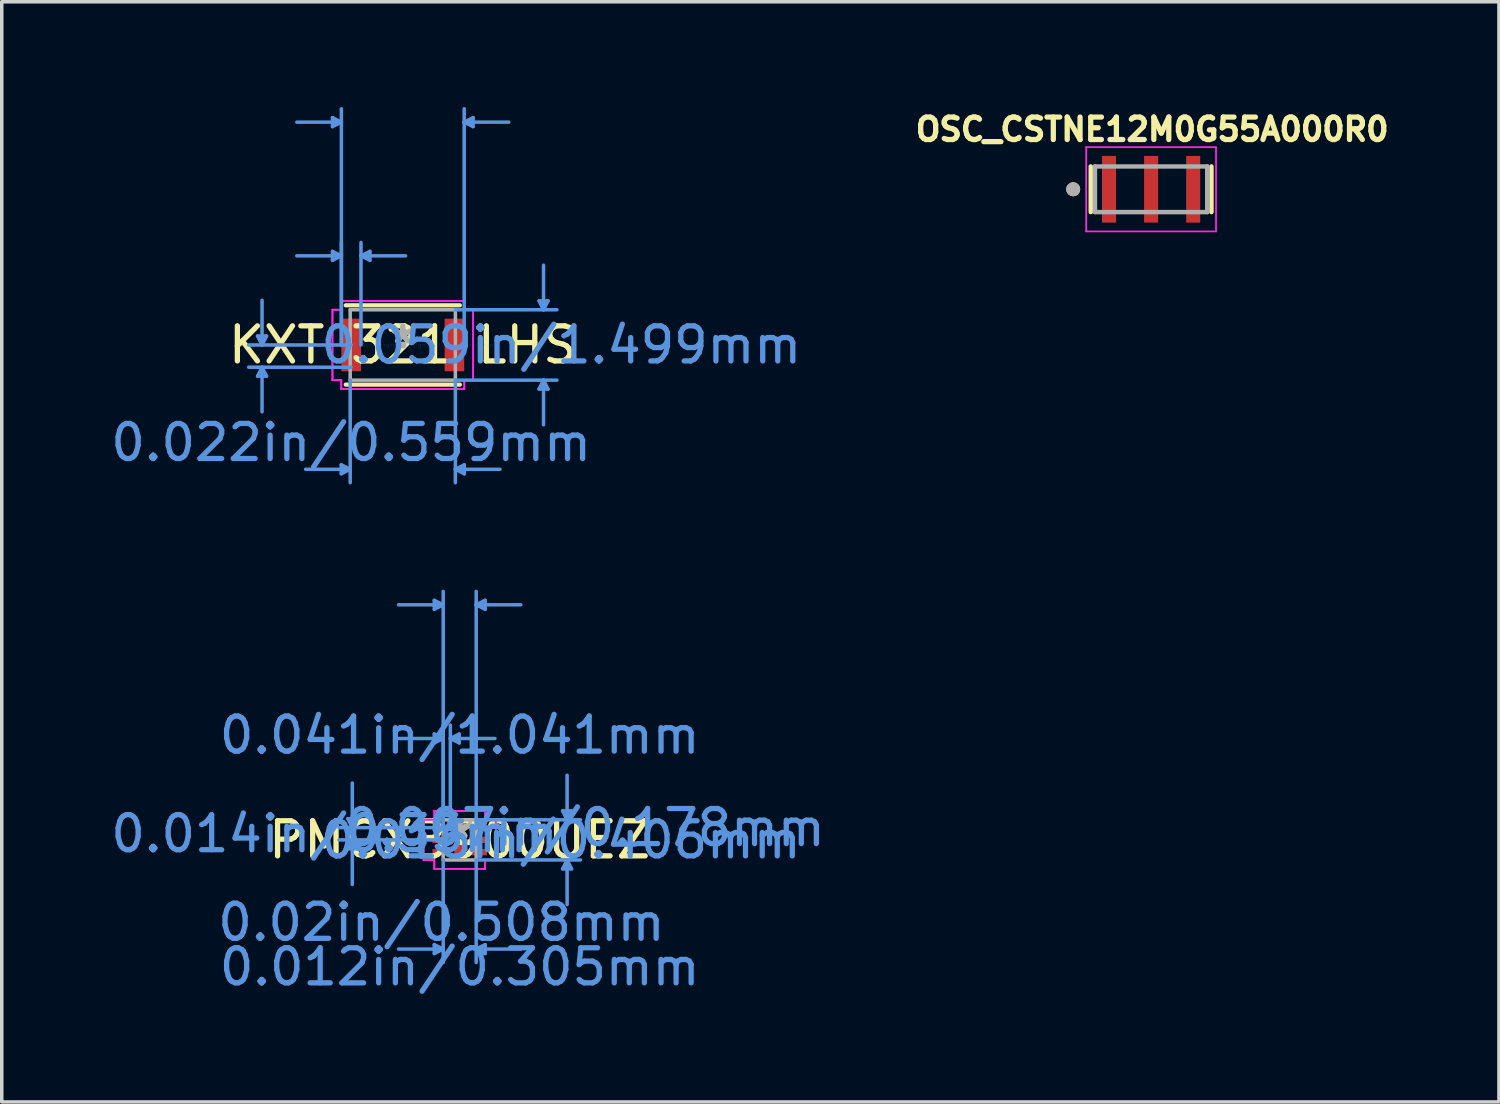
<source format=kicad_pcb>
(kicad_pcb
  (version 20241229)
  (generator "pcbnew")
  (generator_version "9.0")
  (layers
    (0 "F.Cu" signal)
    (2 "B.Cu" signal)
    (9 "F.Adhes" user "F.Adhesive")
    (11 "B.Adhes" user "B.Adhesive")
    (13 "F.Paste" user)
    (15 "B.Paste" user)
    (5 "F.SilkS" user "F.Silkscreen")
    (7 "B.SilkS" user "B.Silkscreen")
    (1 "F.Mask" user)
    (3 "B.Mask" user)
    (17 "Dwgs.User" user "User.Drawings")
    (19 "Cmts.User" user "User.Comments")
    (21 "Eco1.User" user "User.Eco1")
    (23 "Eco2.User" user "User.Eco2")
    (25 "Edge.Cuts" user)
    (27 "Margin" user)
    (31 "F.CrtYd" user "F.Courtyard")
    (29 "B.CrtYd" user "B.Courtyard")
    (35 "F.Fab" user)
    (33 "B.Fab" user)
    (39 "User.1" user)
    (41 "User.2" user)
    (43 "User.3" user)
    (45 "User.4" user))
  (footprint "OSC_CSTNE12M0G55A000R0"
    (layer "F.Cu")
    (at 29.755 2.344)
    (property "Reference" "OSC_CSTNE12M0G55A000R0" (at 0.032 -1.706 0) (layer "F.SilkS") (effects (font (size 0.64 0.64) (thickness 0.15))))
    (attr through_hole)
    (fp_line (start -1.72 -0.65) (end -1.72 0.65) (stroke (width 0.127) (type solid)) (layer "F.SilkS"))
    (fp_line (start 1.72 -0.65) (end 1.72 0.65) (stroke (width 0.127) (type solid)) (layer "F.SilkS"))
    (fp_circle (center -2.22 0) (end -2.12 0) (stroke (width 0.2) (type solid)) (fill no) (layer "F.SilkS"))
    (fp_line (start -1.85 -1.2) (end 1.85 -1.2) (stroke (width 0.05) (type solid)) (layer "F.CrtYd"))
    (fp_line (start -1.85 1.2) (end -1.85 -1.2) (stroke (width 0.05) (type solid)) (layer "F.CrtYd"))
    (fp_line (start 1.85 -1.2) (end 1.85 1.2) (stroke (width 0.05) (type solid)) (layer "F.CrtYd"))
    (fp_line (start 1.85 1.2) (end -1.85 1.2) (stroke (width 0.05) (type solid)) (layer "F.CrtYd"))
    (fp_line (start -1.6 -0.65) (end -1.6 0.65) (stroke (width 0.127) (type solid)) (layer "F.Fab"))
    (fp_line (start -1.6 -0.65) (end 1.6 -0.65) (stroke (width 0.127) (type solid)) (layer "F.Fab"))
    (fp_line (start 1.6 -0.65) (end 1.6 0.65) (stroke (width 0.127) (type solid)) (layer "F.Fab"))
    (fp_line (start 1.6 0.65) (end -1.6 0.65) (stroke (width 0.127) (type solid)) (layer "F.Fab"))
    (fp_circle (center -2.22 0) (end -2.12 0) (stroke (width 0.2) (type solid)) (fill no) (layer "F.Fab"))
    (pad "1" smd rect (at -1.2 0) (size 0.4 1.9) (layers "F.Cu" "F.Mask" "F.Paste"))
    (pad "2" smd rect (at 0 0) (size 0.4 1.9) (layers "F.Cu" "F.Mask" "F.Paste"))
    (pad "3" smd rect (at 1.2 0) (size 0.4 1.9) (layers "F.Cu" "F.Mask" "F.Paste")))
  (footprint "KXT 321 LHS"
    (layer "F.Cu")
    (at 8.429 6.781)
    (property "Reference" "KXT 321 LHS" (at 0 0 0) (layer "F.SilkS") (effects (font (size 1 1) (thickness 0.15))))
    (attr through_hole)
    (fp_line (start -1.626 1.13) (end 1.626 1.13) (stroke (width 0.12) (type solid)) (layer "F.SilkS"))
    (fp_line (start 1.626 -1.13) (end -1.626 -1.13) (stroke (width 0.12) (type solid)) (layer "F.SilkS"))
    (fp_line (start -4.138 -0.254) (end -3.884 -0.254) (stroke (width 0.1) (type solid)) (layer "Cmts.User"))
    (fp_line (start -4.138 0.889) (end -3.884 0.889) (stroke (width 0.1) (type solid)) (layer "Cmts.User"))
    (fp_line (start -4.011 0) (end -4.138 -0.254) (stroke (width 0.1) (type solid)) (layer "Cmts.User"))
    (fp_line (start -4.011 0) (end -4.011 -1.27) (stroke (width 0.1) (type solid)) (layer "Cmts.User"))
    (fp_line (start -4.011 0) (end -3.884 -0.254) (stroke (width 0.1) (type solid)) (layer "Cmts.User"))
    (fp_line (start -4.011 0.635) (end -4.138 0.889) (stroke (width 0.1) (type solid)) (layer "Cmts.User"))
    (fp_line (start -4.011 0.635) (end -4.011 1.905) (stroke (width 0.1) (type solid)) (layer "Cmts.User"))
    (fp_line (start -4.011 0.635) (end -3.884 0.889) (stroke (width 0.1) (type solid)) (layer "Cmts.User"))
    (fp_line (start -2.004 -6.477) (end -2.004 -6.223) (stroke (width 0.1) (type solid)) (layer "Cmts.User"))
    (fp_line (start -2.004 -2.667) (end -2.004 -2.413) (stroke (width 0.1) (type solid)) (layer "Cmts.User"))
    (fp_line (start -1.753 3.416) (end -1.753 3.67) (stroke (width 0.1) (type solid)) (layer "Cmts.User"))
    (fp_line (start -1.75 -6.35) (end -3.02 -6.35) (stroke (width 0.1) (type solid)) (layer "Cmts.User"))
    (fp_line (start -1.75 -6.35) (end -2.004 -6.477) (stroke (width 0.1) (type solid)) (layer "Cmts.User"))
    (fp_line (start -1.75 -6.35) (end -2.004 -6.223) (stroke (width 0.1) (type solid)) (layer "Cmts.User"))
    (fp_line (start -1.75 -2.54) (end -3.02 -2.54) (stroke (width 0.1) (type solid)) (layer "Cmts.User"))
    (fp_line (start -1.75 -2.54) (end -2.004 -2.667) (stroke (width 0.1) (type solid)) (layer "Cmts.User"))
    (fp_line (start -1.75 -2.54) (end -2.004 -2.413) (stroke (width 0.1) (type solid)) (layer "Cmts.User"))
    (fp_line (start -1.75 0) (end -1.75 -6.731) (stroke (width 0.1) (type solid)) (layer "Cmts.User"))
    (fp_line (start -1.75 0) (end -1.75 -2.921) (stroke (width 0.1) (type solid)) (layer "Cmts.User"))
    (fp_line (start -1.499 1.003) (end -1.499 3.924) (stroke (width 0.1) (type solid)) (layer "Cmts.User"))
    (fp_line (start -1.499 3.543) (end -2.769 3.543) (stroke (width 0.1) (type solid)) (layer "Cmts.User"))
    (fp_line (start -1.499 3.543) (end -1.753 3.416) (stroke (width 0.1) (type solid)) (layer "Cmts.User"))
    (fp_line (start -1.499 3.543) (end -1.753 3.67) (stroke (width 0.1) (type solid)) (layer "Cmts.User"))
    (fp_line (start -1.471 0) (end -4.392 0) (stroke (width 0.1) (type solid)) (layer "Cmts.User"))
    (fp_line (start -1.471 0.635) (end -4.392 0.635) (stroke (width 0.1) (type solid)) (layer "Cmts.User"))
    (fp_line (start -1.191 -2.54) (end -0.937 -2.667) (stroke (width 0.1) (type solid)) (layer "Cmts.User"))
    (fp_line (start -1.191 -2.54) (end -0.937 -2.413) (stroke (width 0.1) (type solid)) (layer "Cmts.User"))
    (fp_line (start -1.191 -2.54) (end 0.079 -2.54) (stroke (width 0.1) (type solid)) (layer "Cmts.User"))
    (fp_line (start -1.191 0) (end -1.191 -2.921) (stroke (width 0.1) (type solid)) (layer "Cmts.User"))
    (fp_line (start -0.937 -2.667) (end -0.937 -2.413) (stroke (width 0.1) (type solid)) (layer "Cmts.User"))
    (fp_line (start 1.499 -1.003) (end 4.392 -1.003) (stroke (width 0.1) (type solid)) (layer "Cmts.User"))
    (fp_line (start 1.499 1.003) (end 1.499 3.924) (stroke (width 0.1) (type solid)) (layer "Cmts.User"))
    (fp_line (start 1.499 1.003) (end 4.392 1.003) (stroke (width 0.1) (type solid)) (layer "Cmts.User"))
    (fp_line (start 1.499 3.543) (end 1.753 3.416) (stroke (width 0.1) (type solid)) (layer "Cmts.User"))
    (fp_line (start 1.499 3.543) (end 1.753 3.67) (stroke (width 0.1) (type solid)) (layer "Cmts.User"))
    (fp_line (start 1.499 3.543) (end 2.769 3.543) (stroke (width 0.1) (type solid)) (layer "Cmts.User"))
    (fp_line (start 1.75 -6.35) (end 2.004 -6.477) (stroke (width 0.1) (type solid)) (layer "Cmts.User"))
    (fp_line (start 1.75 -6.35) (end 2.004 -6.223) (stroke (width 0.1) (type solid)) (layer "Cmts.User"))
    (fp_line (start 1.75 -6.35) (end 3.02 -6.35) (stroke (width 0.1) (type solid)) (layer "Cmts.User"))
    (fp_line (start 1.75 0) (end 1.75 -6.731) (stroke (width 0.1) (type solid)) (layer "Cmts.User"))
    (fp_line (start 1.753 3.416) (end 1.753 3.67) (stroke (width 0.1) (type solid)) (layer "Cmts.User"))
    (fp_line (start 2.004 -6.477) (end 2.004 -6.223) (stroke (width 0.1) (type solid)) (layer "Cmts.User"))
    (fp_line (start 3.884 -1.257) (end 4.138 -1.257) (stroke (width 0.1) (type solid)) (layer "Cmts.User"))
    (fp_line (start 3.884 1.257) (end 4.138 1.257) (stroke (width 0.1) (type solid)) (layer "Cmts.User"))
    (fp_line (start 4.011 -1.003) (end 3.884 -1.257) (stroke (width 0.1) (type solid)) (layer "Cmts.User"))
    (fp_line (start 4.011 -1.003) (end 4.011 -2.273) (stroke (width 0.1) (type solid)) (layer "Cmts.User"))
    (fp_line (start 4.011 -1.003) (end 4.138 -1.257) (stroke (width 0.1) (type solid)) (layer "Cmts.User"))
    (fp_line (start 4.011 1.003) (end 3.884 1.257) (stroke (width 0.1) (type solid)) (layer "Cmts.User"))
    (fp_line (start 4.011 1.003) (end 4.011 2.273) (stroke (width 0.1) (type solid)) (layer "Cmts.User"))
    (fp_line (start 4.011 1.003) (end 4.138 1.257) (stroke (width 0.1) (type solid)) (layer "Cmts.User"))
    (fp_line (start -2.004 -1.003) (end -1.753 -1.003) (stroke (width 0.05) (type solid)) (layer "F.CrtYd"))
    (fp_line (start -2.004 -1.003) (end -1.753 -1.003) (stroke (width 0.05) (type solid)) (layer "F.CrtYd"))
    (fp_line (start -2.004 1.003) (end -2.004 -1.003) (stroke (width 0.05) (type solid)) (layer "F.CrtYd"))
    (fp_line (start -2.004 1.003) (end -2.004 -1.003) (stroke (width 0.05) (type solid)) (layer "F.CrtYd"))
    (fp_line (start -2.004 1.003) (end -1.753 1.003) (stroke (width 0.05) (type solid)) (layer "F.CrtYd"))
    (fp_line (start -1.753 -1.257) (end 1.753 -1.257) (stroke (width 0.05) (type solid)) (layer "F.CrtYd"))
    (fp_line (start -1.753 -1.257) (end 1.753 -1.257) (stroke (width 0.05) (type solid)) (layer "F.CrtYd"))
    (fp_line (start -1.753 -1.003) (end -1.753 -1.257) (stroke (width 0.05) (type solid)) (layer "F.CrtYd"))
    (fp_line (start -1.753 -1.003) (end -1.753 -1.257) (stroke (width 0.05) (type solid)) (layer "F.CrtYd"))
    (fp_line (start -1.753 1.003) (end -2.004 1.003) (stroke (width 0.05) (type solid)) (layer "F.CrtYd"))
    (fp_line (start -1.753 1.257) (end -1.753 1.003) (stroke (width 0.05) (type solid)) (layer "F.CrtYd"))
    (fp_line (start -1.753 1.257) (end -1.753 1.003) (stroke (width 0.05) (type solid)) (layer "F.CrtYd"))
    (fp_line (start 1.753 -1.257) (end 1.753 -1.003) (stroke (width 0.05) (type solid)) (layer "F.CrtYd"))
    (fp_line (start 1.753 -1.257) (end 1.753 -1.003) (stroke (width 0.05) (type solid)) (layer "F.CrtYd"))
    (fp_line (start 1.753 -1.003) (end 2.004 -1.003) (stroke (width 0.05) (type solid)) (layer "F.CrtYd"))
    (fp_line (start 1.753 1.003) (end 1.753 1.257) (stroke (width 0.05) (type solid)) (layer "F.CrtYd"))
    (fp_line (start 1.753 1.003) (end 1.753 1.257) (stroke (width 0.05) (type solid)) (layer "F.CrtYd"))
    (fp_line (start 1.753 1.257) (end -1.753 1.257) (stroke (width 0.05) (type solid)) (layer "F.CrtYd"))
    (fp_line (start 1.753 1.257) (end -1.753 1.257) (stroke (width 0.05) (type solid)) (layer "F.CrtYd"))
    (fp_line (start 2.004 -1.003) (end 1.753 -1.003) (stroke (width 0.05) (type solid)) (layer "F.CrtYd"))
    (fp_line (start 2.004 -1.003) (end 2.004 1.003) (stroke (width 0.05) (type solid)) (layer "F.CrtYd"))
    (fp_line (start 2.004 -1.003) (end 2.004 1.003) (stroke (width 0.05) (type solid)) (layer "F.CrtYd"))
    (fp_line (start 2.004 1.003) (end 1.753 1.003) (stroke (width 0.05) (type solid)) (layer "F.CrtYd"))
    (fp_line (start 2.004 1.003) (end 1.753 1.003) (stroke (width 0.05) (type solid)) (layer "F.CrtYd"))
    (fp_line (start -1.499 -1.003) (end -1.499 1.003) (stroke (width 0.1) (type solid)) (layer "F.Fab"))
    (fp_line (start -1.499 1.003) (end 1.499 1.003) (stroke (width 0.1) (type solid)) (layer "F.Fab"))
    (fp_line (start 1.499 -1.003) (end -1.499 -1.003) (stroke (width 0.1) (type solid)) (layer "F.Fab"))
    (fp_line (start 1.499 1.003) (end 1.499 -1.003) (stroke (width 0.1) (type solid)) (layer "F.Fab"))
    (fp_circle (center 0 0) (end 0 0) (stroke (width 0.1) (type solid)) (fill no) (layer "F.Fab"))
    (fp_text user "*" (at 0 0 0) (layer "F.SilkS") (effects (font (size 1 1) (thickness 0.15))))
    (fp_text user "0.022in/0.559mm" (at -1.471 2.781 0) (layer "Cmts.User") (effects (font (size 1 1) (thickness 0.15))))
    (fp_text user "0.059in/1.499mm" (at 4.519 0 0) (layer "Cmts.User") (effects (font (size 1 1) (thickness 0.15))))
    (fp_text user "Copyright 2021 Accelerated Designs. All rights reserved." (at 0 0 0) (layer "Cmts.User") (effects (font (size 0.127 0.127) (thickness 0.002))))
    (fp_text user "*" (at 0 0 0) (layer "F.Fab") (effects (font (size 1 1) (thickness 0.15))))
    (pad "1" smd rect (at -1.471 0) (size 0.559 1.499) (layers "F.Cu" "F.Mask" "F.Paste"))
    (pad "2" smd rect (at 1.471 0) (size 0.559 1.499) (layers "F.Cu" "F.Mask" "F.Paste")))
  (footprint "PMCXB900UEZ"
    (layer "F.Cu")
    (at 10.051 20.886)
    (property "Reference" "PMCXB900UEZ" (at 0 0 0) (layer "F.SilkS") (effects (font (size 1 1) (thickness 0.15))))
    (attr through_hole)
    (fp_line (start -3.188 -0.604) (end -2.934 -0.604) (stroke (width 0.1) (type solid)) (layer "Cmts.User"))
    (fp_line (start -3.188 0.254) (end -2.934 0.254) (stroke (width 0.1) (type solid)) (layer "Cmts.User"))
    (fp_line (start -3.061 -0.35) (end -3.188 -0.604) (stroke (width 0.1) (type solid)) (layer "Cmts.User"))
    (fp_line (start -3.061 -0.35) (end -3.061 -1.62) (stroke (width 0.1) (type solid)) (layer "Cmts.User"))
    (fp_line (start -3.061 -0.35) (end -2.934 -0.604) (stroke (width 0.1) (type solid)) (layer "Cmts.User"))
    (fp_line (start -3.061 0) (end -3.188 0.254) (stroke (width 0.1) (type solid)) (layer "Cmts.User"))
    (fp_line (start -3.061 0) (end -3.061 1.27) (stroke (width 0.1) (type solid)) (layer "Cmts.User"))
    (fp_line (start -3.061 0) (end -2.934 0.254) (stroke (width 0.1) (type solid)) (layer "Cmts.User"))
    (fp_line (start -0.724 -6.827) (end -0.724 -6.573) (stroke (width 0.1) (type solid)) (layer "Cmts.User"))
    (fp_line (start -0.724 -3.017) (end -0.724 -2.763) (stroke (width 0.1) (type solid)) (layer "Cmts.User"))
    (fp_line (start -0.724 2.985) (end -0.724 3.239) (stroke (width 0.1) (type solid)) (layer "Cmts.User"))
    (fp_line (start -0.521 -0.35) (end -3.442 -0.35) (stroke (width 0.1) (type solid)) (layer "Cmts.User"))
    (fp_line (start -0.521 0) (end -3.442 0) (stroke (width 0.1) (type solid)) (layer "Cmts.User"))
    (fp_line (start -0.47 -6.7) (end -1.74 -6.7) (stroke (width 0.1) (type solid)) (layer "Cmts.User"))
    (fp_line (start -0.47 -6.7) (end -0.724 -6.827) (stroke (width 0.1) (type solid)) (layer "Cmts.User"))
    (fp_line (start -0.47 -6.7) (end -0.724 -6.573) (stroke (width 0.1) (type solid)) (layer "Cmts.User"))
    (fp_line (start -0.47 -2.89) (end -1.74 -2.89) (stroke (width 0.1) (type solid)) (layer "Cmts.User"))
    (fp_line (start -0.47 -2.89) (end -0.724 -3.017) (stroke (width 0.1) (type solid)) (layer "Cmts.User"))
    (fp_line (start -0.47 -2.89) (end -0.724 -2.763) (stroke (width 0.1) (type solid)) (layer "Cmts.User"))
    (fp_line (start -0.47 -0.35) (end -0.47 -7.081) (stroke (width 0.1) (type solid)) (layer "Cmts.User"))
    (fp_line (start -0.47 -0.35) (end -0.47 -3.271) (stroke (width 0.1) (type solid)) (layer "Cmts.User"))
    (fp_line (start -0.47 0.572) (end -0.47 3.493) (stroke (width 0.1) (type solid)) (layer "Cmts.User"))
    (fp_line (start -0.47 3.111) (end -1.74 3.111) (stroke (width 0.1) (type solid)) (layer "Cmts.User"))
    (fp_line (start -0.47 3.111) (end -0.724 2.985) (stroke (width 0.1) (type solid)) (layer "Cmts.User"))
    (fp_line (start -0.47 3.111) (end -0.724 3.239) (stroke (width 0.1) (type solid)) (layer "Cmts.User"))
    (fp_line (start -0.267 -2.89) (end -0.013 -3.017) (stroke (width 0.1) (type solid)) (layer "Cmts.User"))
    (fp_line (start -0.267 -2.89) (end -0.013 -2.763) (stroke (width 0.1) (type solid)) (layer "Cmts.User"))
    (fp_line (start -0.267 -2.89) (end 1.003 -2.89) (stroke (width 0.1) (type solid)) (layer "Cmts.User"))
    (fp_line (start -0.267 -0.35) (end -0.267 -3.271) (stroke (width 0.1) (type solid)) (layer "Cmts.User"))
    (fp_line (start -0.013 -3.017) (end -0.013 -2.763) (stroke (width 0.1) (type solid)) (layer "Cmts.User"))
    (fp_line (start 0.47 -6.7) (end 0.724 -6.827) (stroke (width 0.1) (type solid)) (layer "Cmts.User"))
    (fp_line (start 0.47 -6.7) (end 0.724 -6.573) (stroke (width 0.1) (type solid)) (layer "Cmts.User"))
    (fp_line (start 0.47 -6.7) (end 1.74 -6.7) (stroke (width 0.1) (type solid)) (layer "Cmts.User"))
    (fp_line (start 0.47 -0.572) (end 3.442 -0.572) (stroke (width 0.1) (type solid)) (layer "Cmts.User"))
    (fp_line (start 0.47 -0.35) (end 0.47 -7.081) (stroke (width 0.1) (type solid)) (layer "Cmts.User"))
    (fp_line (start 0.47 0.572) (end 0.47 3.493) (stroke (width 0.1) (type solid)) (layer "Cmts.User"))
    (fp_line (start 0.47 0.572) (end 3.442 0.572) (stroke (width 0.1) (type solid)) (layer "Cmts.User"))
    (fp_line (start 0.47 3.111) (end 0.724 2.985) (stroke (width 0.1) (type solid)) (layer "Cmts.User"))
    (fp_line (start 0.47 3.111) (end 0.724 3.239) (stroke (width 0.1) (type solid)) (layer "Cmts.User"))
    (fp_line (start 0.47 3.111) (end 1.74 3.111) (stroke (width 0.1) (type solid)) (layer "Cmts.User"))
    (fp_line (start 0.724 -6.827) (end 0.724 -6.573) (stroke (width 0.1) (type solid)) (layer "Cmts.User"))
    (fp_line (start 0.724 2.985) (end 0.724 3.239) (stroke (width 0.1) (type solid)) (layer "Cmts.User"))
    (fp_line (start 2.934 -0.826) (end 3.188 -0.826) (stroke (width 0.1) (type solid)) (layer "Cmts.User"))
    (fp_line (start 2.934 0.826) (end 3.188 0.826) (stroke (width 0.1) (type solid)) (layer "Cmts.User"))
    (fp_line (start 3.061 -0.572) (end 2.934 -0.826) (stroke (width 0.1) (type solid)) (layer "Cmts.User"))
    (fp_line (start 3.061 -0.572) (end 3.061 -1.841) (stroke (width 0.1) (type solid)) (layer "Cmts.User"))
    (fp_line (start 3.061 -0.572) (end 3.188 -0.826) (stroke (width 0.1) (type solid)) (layer "Cmts.User"))
    (fp_line (start 3.061 0.572) (end 2.934 0.826) (stroke (width 0.1) (type solid)) (layer "Cmts.User"))
    (fp_line (start 3.061 0.572) (end 3.061 1.841) (stroke (width 0.1) (type solid)) (layer "Cmts.User"))
    (fp_line (start 3.061 0.572) (end 3.188 0.826) (stroke (width 0.1) (type solid)) (layer "Cmts.User"))
    (fp_line (start -1.029 -0.576) (end -0.724 -0.576) (stroke (width 0.05) (type solid)) (layer "F.CrtYd"))
    (fp_line (start -1.029 -0.576) (end -0.724 -0.576) (stroke (width 0.05) (type solid)) (layer "F.CrtYd"))
    (fp_line (start -1.029 0.576) (end -1.029 -0.576) (stroke (width 0.05) (type solid)) (layer "F.CrtYd"))
    (fp_line (start -1.029 0.576) (end -1.029 -0.576) (stroke (width 0.05) (type solid)) (layer "F.CrtYd"))
    (fp_line (start -1.029 0.576) (end -0.724 0.576) (stroke (width 0.05) (type solid)) (layer "F.CrtYd"))
    (fp_line (start -0.724 -0.826) (end 0.724 -0.826) (stroke (width 0.05) (type solid)) (layer "F.CrtYd"))
    (fp_line (start -0.724 -0.826) (end 0.724 -0.826) (stroke (width 0.05) (type solid)) (layer "F.CrtYd"))
    (fp_line (start -0.724 -0.576) (end -0.724 -0.826) (stroke (width 0.05) (type solid)) (layer "F.CrtYd"))
    (fp_line (start -0.724 -0.576) (end -0.724 -0.826) (stroke (width 0.05) (type solid)) (layer "F.CrtYd"))
    (fp_line (start -0.724 0.576) (end -1.029 0.576) (stroke (width 0.05) (type solid)) (layer "F.CrtYd"))
    (fp_line (start -0.724 0.826) (end -0.724 0.576) (stroke (width 0.05) (type solid)) (layer "F.CrtYd"))
    (fp_line (start -0.724 0.826) (end -0.724 0.576) (stroke (width 0.05) (type solid)) (layer "F.CrtYd"))
    (fp_line (start 0.724 -0.826) (end 0.724 -0.576) (stroke (width 0.05) (type solid)) (layer "F.CrtYd"))
    (fp_line (start 0.724 -0.826) (end 0.724 -0.576) (stroke (width 0.05) (type solid)) (layer "F.CrtYd"))
    (fp_line (start 0.724 -0.576) (end 1.029 -0.576) (stroke (width 0.05) (type solid)) (layer "F.CrtYd"))
    (fp_line (start 0.724 0.576) (end 0.724 0.826) (stroke (width 0.05) (type solid)) (layer "F.CrtYd"))
    (fp_line (start 0.724 0.576) (end 0.724 0.826) (stroke (width 0.05) (type solid)) (layer "F.CrtYd"))
    (fp_line (start 0.724 0.826) (end -0.724 0.826) (stroke (width 0.05) (type solid)) (layer "F.CrtYd"))
    (fp_line (start 0.724 0.826) (end -0.724 0.826) (stroke (width 0.05) (type solid)) (layer "F.CrtYd"))
    (fp_line (start 1.029 -0.576) (end 0.724 -0.576) (stroke (width 0.05) (type solid)) (layer "F.CrtYd"))
    (fp_line (start 1.029 -0.576) (end 1.029 0.576) (stroke (width 0.05) (type solid)) (layer "F.CrtYd"))
    (fp_line (start 1.029 -0.576) (end 1.029 0.576) (stroke (width 0.05) (type solid)) (layer "F.CrtYd"))
    (fp_line (start 1.029 0.576) (end 0.724 0.576) (stroke (width 0.05) (type solid)) (layer "F.CrtYd"))
    (fp_line (start 1.029 0.576) (end 0.724 0.576) (stroke (width 0.05) (type solid)) (layer "F.CrtYd"))
    (fp_line (start -0.47 -0.572) (end -0.47 0.572) (stroke (width 0.1) (type solid)) (layer "F.Fab"))
    (fp_line (start -0.47 0.572) (end 0.47 0.572) (stroke (width 0.1) (type solid)) (layer "F.Fab"))
    (fp_line (start 0.47 -0.572) (end -0.47 -0.572) (stroke (width 0.1) (type solid)) (layer "F.Fab"))
    (fp_line (start 0.47 0.572) (end 0.47 -0.572) (stroke (width 0.1) (type solid)) (layer "F.Fab"))
    (fp_arc (start 0.3048 -0.5715) (mid 0 -0.2667) (end -0.3048 -0.5715) (stroke (width 0.1) (type solid)) (layer "F.Fab"))
    (fp_circle (center -0.267 -0.35) (end -0.267 -0.35) (stroke (width 0.1) (type solid)) (fill no) (layer "F.Fab"))
    (fp_text user "*" (at 0 0 0) (layer "F.SilkS") (effects (font (size 1 1) (thickness 0.15))))
    (fp_text user "0.02in/0.508mm" (at -0.521 2.349 0) (layer "Cmts.User") (effects (font (size 1 1) (thickness 0.15))))
    (fp_text user "0.016in/0.406mm" (at 2.883 0 0) (layer "Cmts.User") (effects (font (size 1 1) (thickness 0.15))))
    (fp_text user "0.041in/1.041mm" (at 0 -2.985 0) (layer "Cmts.User") (effects (font (size 1 1) (thickness 0.15))))
    (fp_text user "0.012in/0.305mm" (at 0 3.619 0) (layer "Cmts.User") (effects (font (size 1 1) (thickness 0.15))))
    (fp_text user "Copyright 2021 Accelerated Designs. All rights reserved." (at 0 0 0) (layer "Cmts.User") (effects (font (size 0.127 0.127) (thickness 0.002))))
    (fp_text user "0.007in/0.178mm" (at 3.569 -0.35 0) (layer "Cmts.User") (effects (font (size 1 1) (thickness 0.15))))
    (fp_text user "0.014in/0.35mm" (at -3.569 -0.175 0) (layer "Cmts.User") (effects (font (size 1 1) (thickness 0.15))))
    (fp_text user "*" (at 0 0 0) (layer "F.Fab") (effects (font (size 1 1) (thickness 0.15))))
    (pad "1" smd rect (at -0.521 -0.35) (size 0.508 0.178) (layers "F.Cu" "F.Mask" "F.Paste"))
    (pad "2" smd rect (at -0.521 0) (size 0.508 0.178) (layers "F.Cu" "F.Mask" "F.Paste"))
    (pad "3" smd rect (at -0.521 0.35) (size 0.508 0.178) (layers "F.Cu" "F.Mask" "F.Paste"))
    (pad "4" smd rect (at 0.521 0.35) (size 0.508 0.178) (layers "F.Cu" "F.Mask" "F.Paste"))
    (pad "5" smd rect (at 0.521 0) (size 0.508 0.178) (layers "F.Cu" "F.Mask" "F.Paste"))
    (pad "6" smd rect (at 0.521 -0.35) (size 0.508 0.178) (layers "F.Cu" "F.Mask" "F.Paste"))
    (pad "7" smd rect (at 0 -0.275) (size 0.305 0.406) (layers "F.Cu" "F.Mask" "F.Paste"))
    (pad "8" smd rect (at 0 0.275) (size 0.305 0.406) (layers "F.Cu" "F.Mask" "F.Paste")))
  (gr_rect
    (start -3 -3)
    (end 39.668 28.354)
    (stroke (width 0.1) (type default))
    (fill no)
    (layer "Edge.Cuts")))
</source>
